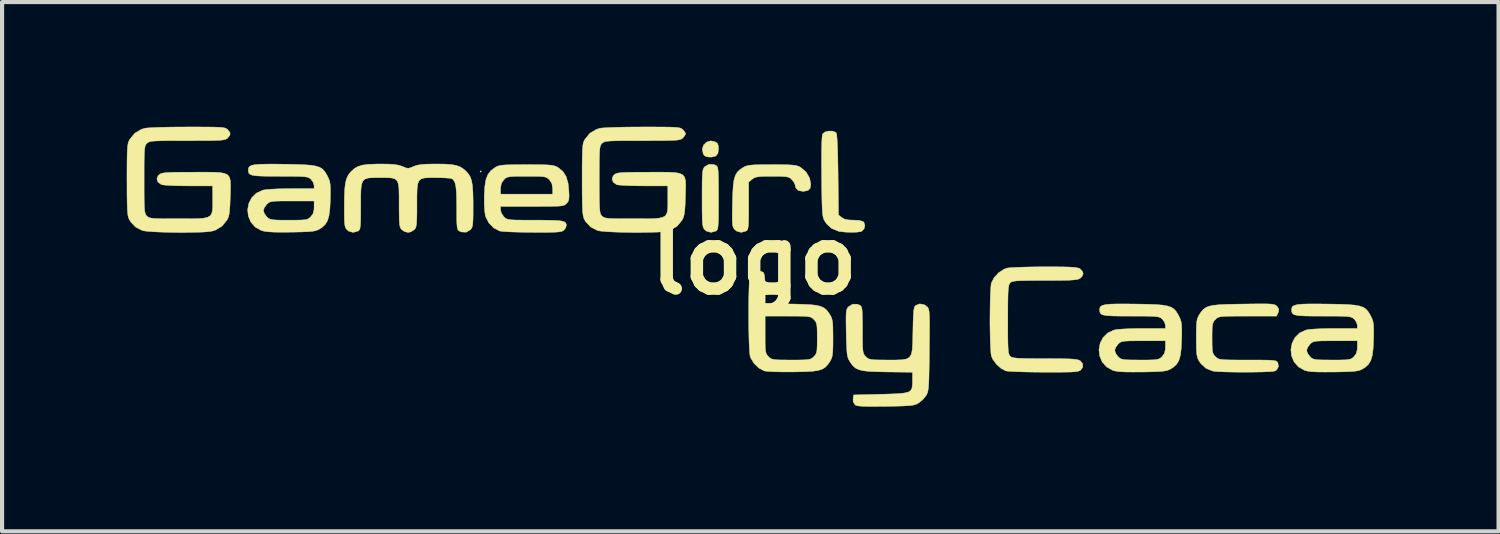
<source format=kicad_pcb>
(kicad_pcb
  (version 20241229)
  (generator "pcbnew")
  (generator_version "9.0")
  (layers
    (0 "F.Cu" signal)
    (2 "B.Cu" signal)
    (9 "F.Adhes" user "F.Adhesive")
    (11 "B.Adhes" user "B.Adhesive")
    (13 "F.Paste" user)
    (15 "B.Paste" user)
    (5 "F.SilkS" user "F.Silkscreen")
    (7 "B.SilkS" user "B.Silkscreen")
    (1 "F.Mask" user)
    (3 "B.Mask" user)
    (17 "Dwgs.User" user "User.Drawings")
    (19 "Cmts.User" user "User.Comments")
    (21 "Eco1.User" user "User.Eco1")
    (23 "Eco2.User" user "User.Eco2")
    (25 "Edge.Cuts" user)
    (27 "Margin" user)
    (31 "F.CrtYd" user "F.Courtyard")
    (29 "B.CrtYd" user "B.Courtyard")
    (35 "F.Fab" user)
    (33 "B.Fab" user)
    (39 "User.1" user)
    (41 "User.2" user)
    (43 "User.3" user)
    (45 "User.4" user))
  (footprint "logo"
    (layer "F.Cu")
    (at 15.097 3.204)
    (property "Reference" "logo" (at 0 0 0) (layer "F.SilkS") (effects (font (size 1.524 1.524) (thickness 0.3))))
    (attr through_hole)
    (fp_poly (pts (xy -6.564 -2.128) (xy -6.581 -2.111) (xy -6.597 -2.128) (xy -6.581 -2.144) (xy -6.564 -2.128)) (stroke (width 0.01) (type solid)) (fill yes) (layer "F.SilkS"))
    (fp_poly (pts (xy -0.941 -2.843) (xy -0.884 -2.804) (xy -0.861 -2.74) (xy -0.858 -2.679) (xy -0.872 -2.565) (xy -0.922 -2.5) (xy -1.019 -2.475) (xy -1.063 -2.474) (xy -1.153 -2.483) (xy -1.205 -2.518) (xy -1.227 -2.558) (xy -1.248 -2.669) (xy -1.216 -2.766) (xy -1.145 -2.835) (xy -1.047 -2.865) (xy -0.941 -2.843)) (stroke (width 0.01) (type solid)) (fill yes) (layer "F.SilkS"))
    (fp_poly (pts (xy -0.974 -2.297) (xy -0.921 -2.275) (xy -0.901 -2.261) (xy -0.885 -2.237) (xy -0.874 -2.195) (xy -0.866 -2.127) (xy -0.862 -2.025) (xy -0.859 -1.88) (xy -0.858 -1.685) (xy -0.858 -1.484) (xy -0.858 -1.242) (xy -0.859 -1.056) (xy -0.862 -0.921) (xy -0.868 -0.826) (xy -0.876 -0.764) (xy -0.888 -0.726) (xy -0.905 -0.705) (xy -0.921 -0.694) (xy -1.039 -0.662) (xy -1.146 -0.692) (xy -1.188 -0.726) (xy -1.21 -0.752) (xy -1.226 -0.785) (xy -1.238 -0.835) (xy -1.246 -0.911) (xy -1.25 -1.023) (xy -1.253 -1.178) (xy -1.253 -1.387) (xy -1.254 -1.484) (xy -1.253 -1.716) (xy -1.252 -1.891) (xy -1.248 -2.019) (xy -1.241 -2.107) (xy -1.231 -2.167) (xy -1.217 -2.206) (xy -1.197 -2.233) (xy -1.188 -2.243) (xy -1.088 -2.301) (xy -0.974 -2.297)) (stroke (width 0.01) (type solid)) (fill yes) (layer "F.SilkS"))
    (fp_poly (pts (xy 1.892 -3.098) (xy 1.965 -3.067) (xy 1.974 -3.058) (xy 1.986 -3.01) (xy 1.996 -2.898) (xy 2.005 -2.723) (xy 2.012 -2.488) (xy 2.017 -2.195) (xy 2.019 -2.049) (xy 2.029 -1.083) (xy 2.107 -1.02) (xy 2.179 -0.98) (xy 2.281 -0.961) (xy 2.391 -0.957) (xy 2.533 -0.949) (xy 2.617 -0.925) (xy 2.639 -0.908) (xy 2.665 -0.831) (xy 2.645 -0.749) (xy 2.588 -0.69) (xy 2.565 -0.681) (xy 2.471 -0.668) (xy 2.339 -0.664) (xy 2.197 -0.669) (xy 2.072 -0.682) (xy 2.029 -0.69) (xy 1.867 -0.755) (xy 1.744 -0.867) (xy 1.705 -0.924) (xy 1.684 -0.96) (xy 1.668 -0.998) (xy 1.655 -1.048) (xy 1.645 -1.116) (xy 1.638 -1.211) (xy 1.633 -1.34) (xy 1.629 -1.511) (xy 1.626 -1.734) (xy 1.623 -2.003) (xy 1.621 -2.334) (xy 1.622 -2.6) (xy 1.626 -2.802) (xy 1.633 -2.942) (xy 1.644 -3.02) (xy 1.649 -3.034) (xy 1.705 -3.079) (xy 1.796 -3.101) (xy 1.892 -3.098)) (stroke (width 0.01) (type solid)) (fill yes) (layer "F.SilkS"))
    (fp_poly (pts (xy 0.641 -2.292) (xy 0.798 -2.289) (xy 0.912 -2.283) (xy 0.993 -2.274) (xy 1.052 -2.258) (xy 1.1 -2.237) (xy 1.12 -2.225) (xy 1.248 -2.116) (xy 1.333 -1.972) (xy 1.362 -1.828) (xy 1.349 -1.727) (xy 1.295 -1.671) (xy 1.191 -1.65) (xy 1.169 -1.65) (xy 1.061 -1.671) (xy 1.001 -1.732) (xy 0.99 -1.789) (xy 0.967 -1.853) (xy 0.914 -1.926) (xy 0.909 -1.931) (xy 0.87 -1.966) (xy 0.829 -1.989) (xy 0.77 -2.002) (xy 0.681 -2.009) (xy 0.548 -2.012) (xy 0.435 -2.012) (xy 0.263 -2.011) (xy 0.144 -2.006) (xy 0.063 -1.995) (xy 0.007 -1.977) (xy -0.038 -1.949) (xy -0.045 -1.944) (xy -0.132 -1.875) (xy -0.132 -1.302) (xy -0.132 -1.094) (xy -0.135 -0.942) (xy -0.139 -0.837) (xy -0.148 -0.768) (xy -0.161 -0.728) (xy -0.179 -0.704) (xy -0.196 -0.694) (xy -0.314 -0.662) (xy -0.421 -0.693) (xy -0.465 -0.728) (xy -0.489 -0.757) (xy -0.507 -0.791) (xy -0.519 -0.842) (xy -0.525 -0.92) (xy -0.527 -1.035) (xy -0.525 -1.197) (xy -0.522 -1.363) (xy -0.515 -1.605) (xy -0.504 -1.79) (xy -0.484 -1.929) (xy -0.453 -2.032) (xy -0.408 -2.109) (xy -0.346 -2.17) (xy -0.264 -2.225) (xy -0.263 -2.225) (xy -0.215 -2.25) (xy -0.162 -2.268) (xy -0.092 -2.28) (xy 0.006 -2.287) (xy 0.144 -2.291) (xy 0.331 -2.292) (xy 0.429 -2.293) (xy 0.641 -2.292)) (stroke (width 0.01) (type solid)) (fill yes) (layer "F.SilkS"))
    (fp_poly (pts (xy 12.327 1.058) (xy 12.424 1.062) (xy 12.49 1.07) (xy 12.532 1.081) (xy 12.56 1.098) (xy 12.583 1.119) (xy 12.583 1.12) (xy 12.624 1.183) (xy 12.617 1.248) (xy 12.607 1.27) (xy 12.569 1.352) (xy 11.875 1.352) (xy 11.644 1.353) (xy 11.47 1.354) (xy 11.343 1.357) (xy 11.254 1.363) (xy 11.195 1.373) (xy 11.155 1.388) (xy 11.125 1.408) (xy 11.099 1.433) (xy 11.063 1.473) (xy 11.04 1.517) (xy 11.026 1.578) (xy 11.02 1.672) (xy 11.018 1.812) (xy 11.018 1.88) (xy 11.019 2.042) (xy 11.023 2.151) (xy 11.034 2.223) (xy 11.053 2.272) (xy 11.083 2.312) (xy 11.099 2.327) (xy 11.127 2.354) (xy 11.157 2.374) (xy 11.198 2.389) (xy 11.259 2.398) (xy 11.35 2.404) (xy 11.48 2.407) (xy 11.657 2.408) (xy 11.873 2.408) (xy 12.104 2.408) (xy 12.278 2.41) (xy 12.404 2.413) (xy 12.489 2.42) (xy 12.544 2.429) (xy 12.576 2.443) (xy 12.594 2.462) (xy 12.6 2.472) (xy 12.617 2.564) (xy 12.575 2.643) (xy 12.533 2.673) (xy 12.483 2.682) (xy 12.378 2.69) (xy 12.232 2.696) (xy 12.057 2.699) (xy 11.864 2.701) (xy 11.666 2.701) (xy 11.474 2.698) (xy 11.302 2.694) (xy 11.161 2.688) (xy 11.063 2.679) (xy 11.034 2.674) (xy 10.873 2.609) (xy 10.75 2.497) (xy 10.711 2.441) (xy 10.681 2.388) (xy 10.661 2.33) (xy 10.648 2.255) (xy 10.641 2.15) (xy 10.639 1.999) (xy 10.638 1.88) (xy 10.639 1.696) (xy 10.643 1.565) (xy 10.652 1.472) (xy 10.668 1.406) (xy 10.692 1.351) (xy 10.71 1.319) (xy 10.759 1.246) (xy 10.809 1.189) (xy 10.869 1.146) (xy 10.947 1.114) (xy 11.052 1.092) (xy 11.193 1.078) (xy 11.379 1.069) (xy 11.617 1.064) (xy 11.761 1.062) (xy 12.004 1.059) (xy 12.19 1.057) (xy 12.327 1.058)) (stroke (width 0.01) (type solid)) (fill yes) (layer "F.SilkS"))
    (fp_poly (pts (xy 7.248 0.166) (xy 7.445 0.168) (xy 7.592 0.172) (xy 7.697 0.179) (xy 7.77 0.189) (xy 7.817 0.202) (xy 7.844 0.216) (xy 7.899 0.276) (xy 7.917 0.33) (xy 7.892 0.394) (xy 7.844 0.443) (xy 7.81 0.46) (xy 7.759 0.473) (xy 7.681 0.482) (xy 7.568 0.489) (xy 7.413 0.492) (xy 7.206 0.494) (xy 6.991 0.495) (xy 6.743 0.495) (xy 6.552 0.497) (xy 6.411 0.5) (xy 6.31 0.505) (xy 6.242 0.514) (xy 6.198 0.526) (xy 6.171 0.542) (xy 6.157 0.555) (xy 6.14 0.581) (xy 6.127 0.621) (xy 6.117 0.683) (xy 6.11 0.776) (xy 6.106 0.907) (xy 6.104 1.085) (xy 6.103 1.316) (xy 6.103 1.441) (xy 6.103 1.697) (xy 6.104 1.895) (xy 6.107 2.044) (xy 6.112 2.151) (xy 6.12 2.224) (xy 6.131 2.271) (xy 6.146 2.302) (xy 6.163 2.32) (xy 6.189 2.338) (xy 6.231 2.352) (xy 6.295 2.361) (xy 6.391 2.368) (xy 6.526 2.372) (xy 6.71 2.374) (xy 6.949 2.375) (xy 6.997 2.375) (xy 7.251 2.376) (xy 7.447 2.378) (xy 7.593 2.382) (xy 7.699 2.389) (xy 7.771 2.399) (xy 7.818 2.413) (xy 7.844 2.426) (xy 7.906 2.501) (xy 7.906 2.583) (xy 7.857 2.65) (xy 7.831 2.667) (xy 7.791 2.681) (xy 7.73 2.69) (xy 7.638 2.697) (xy 7.508 2.7) (xy 7.332 2.702) (xy 7.102 2.702) (xy 6.974 2.702) (xy 6.743 2.7) (xy 6.528 2.696) (xy 6.342 2.691) (xy 6.193 2.684) (xy 6.093 2.676) (xy 6.056 2.671) (xy 5.94 2.61) (xy 5.827 2.508) (xy 5.74 2.388) (xy 5.707 2.311) (xy 5.697 2.244) (xy 5.689 2.123) (xy 5.682 1.958) (xy 5.677 1.761) (xy 5.674 1.543) (xy 5.674 1.435) (xy 5.676 1.211) (xy 5.679 1.002) (xy 5.685 0.82) (xy 5.693 0.677) (xy 5.702 0.583) (xy 5.707 0.559) (xy 5.772 0.429) (xy 5.881 0.31) (xy 6.013 0.223) (xy 6.09 0.196) (xy 6.16 0.188) (xy 6.284 0.18) (xy 6.451 0.174) (xy 6.651 0.169) (xy 6.872 0.166) (xy 6.994 0.166) (xy 7.248 0.166)) (stroke (width 0.01) (type solid)) (fill yes) (layer "F.SilkS"))
    (fp_poly (pts (xy 0.144 0.268) (xy 0.218 0.298) (xy 0.224 0.303) (xy 0.245 0.36) (xy 0.258 0.48) (xy 0.264 0.659) (xy 0.264 0.697) (xy 0.264 1.051) (xy 0.899 1.061) (xy 1.148 1.067) (xy 1.34 1.076) (xy 1.486 1.091) (xy 1.594 1.116) (xy 1.675 1.152) (xy 1.738 1.202) (xy 1.791 1.268) (xy 1.825 1.319) (xy 1.854 1.373) (xy 1.874 1.431) (xy 1.887 1.506) (xy 1.894 1.613) (xy 1.896 1.764) (xy 1.897 1.88) (xy 1.896 2.064) (xy 1.892 2.196) (xy 1.883 2.288) (xy 1.867 2.355) (xy 1.843 2.409) (xy 1.825 2.441) (xy 1.769 2.522) (xy 1.711 2.583) (xy 1.639 2.628) (xy 1.545 2.658) (xy 1.417 2.678) (xy 1.246 2.689) (xy 1.023 2.694) (xy 0.94 2.695) (xy 0.741 2.696) (xy 0.558 2.693) (xy 0.404 2.687) (xy 0.293 2.679) (xy 0.241 2.67) (xy 0.112 2.602) (xy -0.004 2.49) (xy -0.084 2.357) (xy -0.098 2.316) (xy -0.108 2.246) (xy -0.116 2.124) (xy -0.123 1.96) (xy -0.128 1.765) (xy -0.131 1.549) (xy -0.132 1.352) (xy 0.264 1.352) (xy 0.264 1.799) (xy 0.264 1.98) (xy 0.267 2.106) (xy 0.275 2.191) (xy 0.288 2.248) (xy 0.309 2.287) (xy 0.341 2.323) (xy 0.345 2.327) (xy 0.38 2.359) (xy 0.417 2.381) (xy 0.47 2.396) (xy 0.549 2.404) (xy 0.667 2.407) (xy 0.836 2.408) (xy 0.891 2.408) (xy 1.075 2.408) (xy 1.205 2.405) (xy 1.294 2.398) (xy 1.352 2.386) (xy 1.392 2.366) (xy 1.427 2.337) (xy 1.436 2.327) (xy 1.472 2.287) (xy 1.495 2.244) (xy 1.509 2.182) (xy 1.515 2.089) (xy 1.517 1.949) (xy 1.517 1.88) (xy 1.516 1.719) (xy 1.512 1.609) (xy 1.501 1.537) (xy 1.482 1.488) (xy 1.452 1.449) (xy 1.436 1.433) (xy 1.404 1.404) (xy 1.37 1.382) (xy 1.323 1.368) (xy 1.251 1.359) (xy 1.145 1.354) (xy 0.994 1.353) (xy 0.81 1.352) (xy 0.264 1.352) (xy -0.132 1.352) (xy -0.132 1.323) (xy -0.131 1.097) (xy -0.129 0.881) (xy -0.124 0.687) (xy -0.118 0.524) (xy -0.11 0.404) (xy -0.101 0.336) (xy -0.098 0.328) (xy -0.042 0.285) (xy 0.048 0.264) (xy 0.144 0.268)) (stroke (width 0.01) (type solid)) (fill yes) (layer "F.SilkS"))
    (fp_poly (pts (xy -5.251 -2.292) (xy -5.082 -2.29) (xy -4.959 -2.285) (xy -4.871 -2.277) (xy -4.808 -2.264) (xy -4.76 -2.247) (xy -4.723 -2.227) (xy -4.604 -2.131) (xy -4.524 -2.006) (xy -4.477 -1.84) (xy -4.46 -1.681) (xy -4.454 -1.548) (xy -4.458 -1.463) (xy -4.475 -1.408) (xy -4.507 -1.365) (xy -4.515 -1.356) (xy -4.54 -1.334) (xy -4.571 -1.317) (xy -4.615 -1.305) (xy -4.683 -1.296) (xy -4.782 -1.291) (xy -4.921 -1.288) (xy -5.109 -1.287) (xy -5.344 -1.286) (xy -6.103 -1.286) (xy -6.103 -1.203) (xy -6.08 -1.121) (xy -6.025 -1.041) (xy -6.022 -1.038) (xy -5.993 -1.01) (xy -5.962 -0.99) (xy -5.92 -0.976) (xy -5.858 -0.966) (xy -5.765 -0.96) (xy -5.633 -0.958) (xy -5.451 -0.957) (xy -5.27 -0.957) (xy -5.028 -0.956) (xy -4.844 -0.952) (xy -4.71 -0.945) (xy -4.619 -0.933) (xy -4.562 -0.913) (xy -4.532 -0.886) (xy -4.52 -0.849) (xy -4.519 -0.823) (xy -4.542 -0.76) (xy -4.58 -0.714) (xy -4.607 -0.696) (xy -4.65 -0.682) (xy -4.717 -0.672) (xy -4.817 -0.666) (xy -4.959 -0.663) (xy -5.151 -0.662) (xy -5.33 -0.663) (xy -5.544 -0.665) (xy -5.74 -0.67) (xy -5.909 -0.676) (xy -6.038 -0.685) (xy -6.115 -0.694) (xy -6.124 -0.696) (xy -6.266 -0.769) (xy -6.384 -0.889) (xy -6.46 -1.038) (xy -6.466 -1.057) (xy -6.483 -1.165) (xy -6.493 -1.32) (xy -6.495 -1.505) (xy -6.493 -1.566) (xy -6.484 -1.717) (xy -6.103 -1.717) (xy -6.103 -1.583) (xy -4.849 -1.583) (xy -4.849 -1.717) (xy -4.867 -1.836) (xy -4.927 -1.928) (xy -4.93 -1.931) (xy -4.965 -1.963) (xy -5.003 -1.985) (xy -5.055 -2) (xy -5.134 -2.008) (xy -5.252 -2.011) (xy -5.421 -2.012) (xy -5.476 -2.012) (xy -5.66 -2.012) (xy -5.79 -2.009) (xy -5.879 -2.002) (xy -5.937 -1.99) (xy -5.978 -1.97) (xy -6.012 -1.941) (xy -6.022 -1.931) (xy -6.084 -1.84) (xy -6.103 -1.722) (xy -6.103 -1.717) (xy -6.484 -1.717) (xy -6.48 -1.778) (xy -6.453 -1.938) (xy -6.406 -2.056) (xy -6.336 -2.147) (xy -6.237 -2.222) (xy -6.229 -2.227) (xy -6.185 -2.25) (xy -6.136 -2.267) (xy -6.07 -2.278) (xy -5.977 -2.286) (xy -5.848 -2.29) (xy -5.671 -2.292) (xy -5.476 -2.293) (xy -5.251 -2.292)) (stroke (width 0.01) (type solid)) (fill yes) (layer "F.SilkS"))
    (fp_poly (pts (xy -11.304 -2.303) (xy -11.036 -2.298) (xy -10.825 -2.29) (xy -10.663 -2.278) (xy -10.542 -2.257) (xy -10.452 -2.227) (xy -10.385 -2.184) (xy -10.332 -2.126) (xy -10.286 -2.051) (xy -10.265 -2.011) (xy -10.233 -1.944) (xy -10.212 -1.878) (xy -10.2 -1.8) (xy -10.196 -1.693) (xy -10.197 -1.544) (xy -10.199 -1.451) (xy -10.209 -1.233) (xy -10.23 -1.069) (xy -10.265 -0.947) (xy -10.319 -0.856) (xy -10.396 -0.784) (xy -10.458 -0.743) (xy -10.507 -0.719) (xy -10.562 -0.7) (xy -10.637 -0.688) (xy -10.741 -0.679) (xy -10.886 -0.673) (xy -11.082 -0.669) (xy -11.15 -0.668) (xy -11.384 -0.666) (xy -11.563 -0.669) (xy -11.695 -0.677) (xy -11.791 -0.69) (xy -11.859 -0.708) (xy -12.008 -0.792) (xy -12.112 -0.912) (xy -12.172 -1.055) (xy -12.186 -1.188) (xy -11.809 -1.188) (xy -11.787 -1.118) (xy -11.733 -1.042) (xy -11.728 -1.038) (xy -11.693 -1.005) (xy -11.654 -0.983) (xy -11.601 -0.969) (xy -11.52 -0.961) (xy -11.399 -0.957) (xy -11.225 -0.957) (xy -11.199 -0.957) (xy -11.018 -0.957) (xy -10.892 -0.96) (xy -10.806 -0.967) (xy -10.75 -0.98) (xy -10.71 -1.002) (xy -10.675 -1.033) (xy -10.67 -1.038) (xy -10.613 -1.115) (xy -10.591 -1.213) (xy -10.589 -1.268) (xy -10.589 -1.418) (xy -11.118 -1.418) (xy -11.316 -1.418) (xy -11.459 -1.416) (xy -11.559 -1.411) (xy -11.625 -1.401) (xy -11.669 -1.385) (xy -11.703 -1.362) (xy -11.728 -1.337) (xy -11.784 -1.263) (xy -11.809 -1.191) (xy -11.809 -1.188) (xy -12.186 -1.188) (xy -12.188 -1.208) (xy -12.16 -1.359) (xy -12.09 -1.497) (xy -11.977 -1.607) (xy -11.823 -1.679) (xy -11.747 -1.691) (xy -11.618 -1.702) (xy -11.453 -1.71) (xy -11.265 -1.714) (xy -11.141 -1.715) (xy -10.589 -1.715) (xy -10.589 -1.792) (xy -10.612 -1.869) (xy -10.665 -1.94) (xy -10.694 -1.965) (xy -10.727 -1.983) (xy -10.775 -1.995) (xy -10.846 -2.004) (xy -10.951 -2.009) (xy -11.098 -2.011) (xy -11.296 -2.012) (xy -11.417 -2.012) (xy -11.659 -2.013) (xy -11.843 -2.016) (xy -11.977 -2.023) (xy -12.069 -2.036) (xy -12.126 -2.056) (xy -12.158 -2.085) (xy -12.17 -2.124) (xy -12.172 -2.166) (xy -12.167 -2.211) (xy -12.145 -2.246) (xy -12.101 -2.272) (xy -12.027 -2.29) (xy -11.915 -2.3) (xy -11.758 -2.305) (xy -11.549 -2.306) (xy -11.304 -2.303)) (stroke (width 0.01) (type solid)) (fill yes) (layer "F.SilkS"))
    (fp_poly (pts (xy 9.181 1.062) (xy 9.449 1.066) (xy 9.66 1.074) (xy 9.822 1.087) (xy 9.943 1.108) (xy 10.033 1.138) (xy 10.1 1.181) (xy 10.153 1.239) (xy 10.199 1.314) (xy 10.22 1.353) (xy 10.252 1.421) (xy 10.273 1.486) (xy 10.285 1.565) (xy 10.289 1.671) (xy 10.288 1.821) (xy 10.286 1.913) (xy 10.276 2.132) (xy 10.255 2.296) (xy 10.22 2.418) (xy 10.166 2.509) (xy 10.089 2.581) (xy 10.027 2.621) (xy 9.978 2.646) (xy 9.923 2.664) (xy 9.848 2.677) (xy 9.744 2.686) (xy 9.599 2.692) (xy 9.403 2.696) (xy 9.335 2.697) (xy 9.101 2.698) (xy 8.922 2.696) (xy 8.79 2.688) (xy 8.694 2.675) (xy 8.626 2.657) (xy 8.477 2.572) (xy 8.373 2.453) (xy 8.313 2.31) (xy 8.299 2.177) (xy 8.676 2.177) (xy 8.698 2.247) (xy 8.752 2.323) (xy 8.757 2.327) (xy 8.792 2.36) (xy 8.831 2.382) (xy 8.884 2.396) (xy 8.965 2.404) (xy 9.086 2.407) (xy 9.26 2.408) (xy 9.286 2.408) (xy 9.466 2.408) (xy 9.593 2.405) (xy 9.679 2.397) (xy 9.735 2.384) (xy 9.775 2.363) (xy 9.81 2.332) (xy 9.815 2.327) (xy 9.872 2.25) (xy 9.894 2.151) (xy 9.896 2.096) (xy 9.896 1.946) (xy 9.367 1.946) (xy 9.169 1.947) (xy 9.025 1.949) (xy 8.926 1.954) (xy 8.86 1.964) (xy 8.816 1.979) (xy 8.782 2.003) (xy 8.757 2.027) (xy 8.701 2.102) (xy 8.676 2.173) (xy 8.676 2.177) (xy 8.299 2.177) (xy 8.297 2.157) (xy 8.325 2.005) (xy 8.395 1.868) (xy 8.508 1.757) (xy 8.662 1.686) (xy 8.738 1.673) (xy 8.867 1.663) (xy 9.032 1.655) (xy 9.22 1.65) (xy 9.344 1.65) (xy 9.896 1.649) (xy 9.896 1.573) (xy 9.873 1.496) (xy 9.82 1.424) (xy 9.791 1.4) (xy 9.758 1.382) (xy 9.71 1.369) (xy 9.639 1.361) (xy 9.534 1.356) (xy 9.387 1.353) (xy 9.189 1.353) (xy 9.068 1.352) (xy 8.826 1.352) (xy 8.642 1.349) (xy 8.508 1.342) (xy 8.416 1.329) (xy 8.358 1.309) (xy 8.327 1.28) (xy 8.315 1.24) (xy 8.313 1.199) (xy 8.318 1.153) (xy 8.339 1.118) (xy 8.384 1.093) (xy 8.458 1.075) (xy 8.57 1.064) (xy 8.727 1.059) (xy 8.936 1.059) (xy 9.181 1.062)) (stroke (width 0.01) (type solid)) (fill yes) (layer "F.SilkS"))
    (fp_poly (pts (xy 13.799 1.062) (xy 14.067 1.066) (xy 14.278 1.074) (xy 14.44 1.087) (xy 14.562 1.108) (xy 14.652 1.138) (xy 14.718 1.181) (xy 14.771 1.239) (xy 14.817 1.314) (xy 14.838 1.353) (xy 14.87 1.421) (xy 14.891 1.486) (xy 14.903 1.565) (xy 14.907 1.671) (xy 14.906 1.821) (xy 14.904 1.913) (xy 14.894 2.132) (xy 14.873 2.296) (xy 14.838 2.418) (xy 14.784 2.509) (xy 14.707 2.581) (xy 14.645 2.621) (xy 14.597 2.646) (xy 14.541 2.664) (xy 14.466 2.677) (xy 14.362 2.686) (xy 14.217 2.692) (xy 14.021 2.696) (xy 13.954 2.697) (xy 13.719 2.698) (xy 13.541 2.696) (xy 13.408 2.688) (xy 13.312 2.675) (xy 13.244 2.657) (xy 13.095 2.572) (xy 12.991 2.453) (xy 12.931 2.31) (xy 12.917 2.177) (xy 13.294 2.177) (xy 13.316 2.247) (xy 13.371 2.323) (xy 13.375 2.327) (xy 13.41 2.36) (xy 13.449 2.382) (xy 13.502 2.396) (xy 13.584 2.404) (xy 13.705 2.407) (xy 13.878 2.408) (xy 13.904 2.408) (xy 14.085 2.408) (xy 14.212 2.405) (xy 14.297 2.397) (xy 14.354 2.384) (xy 14.393 2.363) (xy 14.429 2.332) (xy 14.433 2.327) (xy 14.49 2.25) (xy 14.512 2.151) (xy 14.514 2.096) (xy 14.514 1.946) (xy 13.985 1.946) (xy 13.787 1.947) (xy 13.644 1.949) (xy 13.544 1.954) (xy 13.478 1.964) (xy 13.434 1.979) (xy 13.4 2.003) (xy 13.375 2.027) (xy 13.319 2.102) (xy 13.294 2.173) (xy 13.294 2.177) (xy 12.917 2.177) (xy 12.915 2.157) (xy 12.943 2.005) (xy 13.013 1.868) (xy 13.126 1.757) (xy 13.28 1.686) (xy 13.357 1.673) (xy 13.485 1.663) (xy 13.65 1.655) (xy 13.838 1.65) (xy 13.962 1.65) (xy 14.514 1.649) (xy 14.514 1.573) (xy 14.491 1.496) (xy 14.438 1.424) (xy 14.409 1.4) (xy 14.376 1.382) (xy 14.328 1.369) (xy 14.257 1.361) (xy 14.152 1.356) (xy 14.006 1.353) (xy 13.807 1.353) (xy 13.686 1.352) (xy 13.444 1.352) (xy 13.26 1.349) (xy 13.126 1.342) (xy 13.034 1.329) (xy 12.977 1.309) (xy 12.946 1.28) (xy 12.933 1.24) (xy 12.931 1.199) (xy 12.936 1.153) (xy 12.958 1.118) (xy 13.002 1.093) (xy 13.076 1.075) (xy 13.188 1.064) (xy 13.345 1.059) (xy 13.554 1.059) (xy 13.799 1.062)) (stroke (width 0.01) (type solid)) (fill yes) (layer "F.SilkS"))
    (fp_poly (pts (xy 4.09 1.076) (xy 4.158 1.123) (xy 4.178 1.145) (xy 4.193 1.171) (xy 4.204 1.21) (xy 4.212 1.269) (xy 4.217 1.355) (xy 4.22 1.477) (xy 4.22 1.64) (xy 4.219 1.854) (xy 4.216 2.124) (xy 4.216 2.171) (xy 4.213 2.453) (xy 4.209 2.676) (xy 4.205 2.85) (xy 4.2 2.981) (xy 4.192 3.077) (xy 4.183 3.146) (xy 4.17 3.196) (xy 4.154 3.235) (xy 4.14 3.26) (xy 4.066 3.352) (xy 3.971 3.433) (xy 3.958 3.441) (xy 3.915 3.466) (xy 3.868 3.484) (xy 3.806 3.498) (xy 3.72 3.507) (xy 3.6 3.514) (xy 3.437 3.519) (xy 3.219 3.523) (xy 3.167 3.524) (xy 2.925 3.526) (xy 2.742 3.526) (xy 2.608 3.522) (xy 2.517 3.515) (xy 2.459 3.503) (xy 2.43 3.489) (xy 2.383 3.416) (xy 2.38 3.347) (xy 2.392 3.249) (xy 3.042 3.233) (xy 3.286 3.226) (xy 3.472 3.218) (xy 3.607 3.204) (xy 3.701 3.183) (xy 3.76 3.149) (xy 3.792 3.1) (xy 3.806 3.032) (xy 3.81 2.942) (xy 3.81 2.901) (xy 3.81 2.703) (xy 3.2 2.696) (xy 2.955 2.691) (xy 2.766 2.683) (xy 2.624 2.667) (xy 2.519 2.641) (xy 2.44 2.604) (xy 2.378 2.55) (xy 2.323 2.479) (xy 2.299 2.441) (xy 2.272 2.393) (xy 2.252 2.34) (xy 2.238 2.27) (xy 2.229 2.172) (xy 2.222 2.036) (xy 2.217 1.849) (xy 2.215 1.76) (xy 2.211 1.553) (xy 2.21 1.402) (xy 2.213 1.297) (xy 2.22 1.226) (xy 2.233 1.18) (xy 2.252 1.147) (xy 2.273 1.125) (xy 2.374 1.064) (xy 2.488 1.067) (xy 2.542 1.09) (xy 2.566 1.107) (xy 2.582 1.135) (xy 2.594 1.184) (xy 2.601 1.264) (xy 2.604 1.384) (xy 2.606 1.555) (xy 2.606 1.685) (xy 2.606 1.89) (xy 2.608 2.039) (xy 2.613 2.144) (xy 2.622 2.214) (xy 2.636 2.261) (xy 2.657 2.295) (xy 2.686 2.327) (xy 2.687 2.327) (xy 2.723 2.36) (xy 2.761 2.382) (xy 2.816 2.396) (xy 2.897 2.404) (xy 3.019 2.407) (xy 3.194 2.408) (xy 3.211 2.408) (xy 3.409 2.408) (xy 3.557 2.403) (xy 3.664 2.384) (xy 3.736 2.344) (xy 3.78 2.274) (xy 3.804 2.165) (xy 3.814 2.01) (xy 3.818 1.801) (xy 3.82 1.71) (xy 3.824 1.498) (xy 3.83 1.342) (xy 3.838 1.233) (xy 3.849 1.162) (xy 3.864 1.12) (xy 3.884 1.097) (xy 3.984 1.058) (xy 4.09 1.076)) (stroke (width 0.01) (type solid)) (fill yes) (layer "F.SilkS"))
    (fp_poly (pts (xy -7.452 -2.306) (xy -7.287 -2.294) (xy -7.163 -2.272) (xy -7.067 -2.235) (xy -6.986 -2.181) (xy -6.937 -2.138) (xy -6.877 -2.071) (xy -6.831 -1.997) (xy -6.8 -1.907) (xy -6.779 -1.788) (xy -6.768 -1.63) (xy -6.763 -1.422) (xy -6.763 -1.295) (xy -6.763 -1.1) (xy -6.766 -0.96) (xy -6.772 -0.865) (xy -6.783 -0.801) (xy -6.801 -0.76) (xy -6.825 -0.729) (xy -6.828 -0.726) (xy -6.928 -0.667) (xy -7.042 -0.672) (xy -7.094 -0.694) (xy -7.118 -0.711) (xy -7.135 -0.74) (xy -7.147 -0.791) (xy -7.154 -0.874) (xy -7.157 -0.998) (xy -7.158 -1.175) (xy -7.158 -1.257) (xy -7.16 -1.484) (xy -7.167 -1.654) (xy -7.18 -1.777) (xy -7.201 -1.862) (xy -7.232 -1.918) (xy -7.27 -1.954) (xy -7.317 -1.964) (xy -7.414 -1.972) (xy -7.545 -1.977) (xy -7.656 -1.979) (xy -7.812 -1.979) (xy -7.929 -1.972) (xy -8.01 -1.951) (xy -8.064 -1.907) (xy -8.095 -1.831) (xy -8.11 -1.715) (xy -8.115 -1.549) (xy -8.115 -1.327) (xy -8.115 -1.325) (xy -8.115 -1.124) (xy -8.118 -0.979) (xy -8.124 -0.878) (xy -8.134 -0.81) (xy -8.15 -0.766) (xy -8.172 -0.735) (xy -8.181 -0.726) (xy -8.259 -0.676) (xy -8.329 -0.66) (xy -8.415 -0.683) (xy -8.478 -0.726) (xy -8.502 -0.755) (xy -8.52 -0.794) (xy -8.532 -0.852) (xy -8.539 -0.94) (xy -8.542 -1.069) (xy -8.544 -1.249) (xy -8.544 -1.331) (xy -8.544 -1.553) (xy -8.548 -1.717) (xy -8.563 -1.833) (xy -8.595 -1.908) (xy -8.649 -1.952) (xy -8.731 -1.973) (xy -8.849 -1.979) (xy -9 -1.979) (xy -9.155 -1.979) (xy -9.272 -1.972) (xy -9.355 -1.95) (xy -9.411 -1.905) (xy -9.444 -1.828) (xy -9.461 -1.712) (xy -9.467 -1.547) (xy -9.467 -1.326) (xy -9.467 -1.288) (xy -9.468 -1.082) (xy -9.47 -0.933) (xy -9.475 -0.831) (xy -9.484 -0.764) (xy -9.497 -0.725) (xy -9.517 -0.703) (xy -9.531 -0.694) (xy -9.649 -0.662) (xy -9.756 -0.692) (xy -9.797 -0.726) (xy -9.823 -0.757) (xy -9.841 -0.797) (xy -9.853 -0.859) (xy -9.859 -0.952) (xy -9.862 -1.09) (xy -9.862 -1.278) (xy -9.86 -1.518) (xy -9.852 -1.702) (xy -9.836 -1.842) (xy -9.81 -1.948) (xy -9.773 -2.031) (xy -9.722 -2.102) (xy -9.694 -2.132) (xy -9.616 -2.201) (xy -9.53 -2.25) (xy -9.422 -2.282) (xy -9.28 -2.3) (xy -9.091 -2.307) (xy -8.972 -2.308) (xy -8.784 -2.305) (xy -8.647 -2.295) (xy -8.545 -2.277) (xy -8.464 -2.249) (xy -8.461 -2.248) (xy -8.375 -2.212) (xy -8.313 -2.206) (xy -8.242 -2.228) (xy -8.197 -2.248) (xy -8.12 -2.276) (xy -8.024 -2.294) (xy -7.894 -2.304) (xy -7.718 -2.308) (xy -7.669 -2.308) (xy -7.452 -2.306)) (stroke (width 0.01) (type solid)) (fill yes) (layer "F.SilkS"))
    (fp_poly (pts (xy -13.155 -3.198) (xy -12.996 -3.196) (xy -12.879 -3.192) (xy -12.797 -3.185) (xy -12.742 -3.176) (xy -12.705 -3.163) (xy -12.68 -3.146) (xy -12.667 -3.134) (xy -12.612 -3.063) (xy -12.613 -3.004) (xy -12.667 -2.936) (xy -12.69 -2.916) (xy -12.719 -2.901) (xy -12.762 -2.89) (xy -12.828 -2.881) (xy -12.923 -2.876) (xy -13.056 -2.872) (xy -13.235 -2.871) (xy -13.468 -2.87) (xy -13.64 -2.87) (xy -13.909 -2.87) (xy -14.12 -2.869) (xy -14.28 -2.866) (xy -14.398 -2.862) (xy -14.481 -2.856) (xy -14.537 -2.846) (xy -14.574 -2.833) (xy -14.6 -2.816) (xy -14.613 -2.804) (xy -14.634 -2.78) (xy -14.65 -2.749) (xy -14.661 -2.703) (xy -14.669 -2.633) (xy -14.675 -2.531) (xy -14.678 -2.389) (xy -14.679 -2.198) (xy -14.679 -1.95) (xy -14.679 -1.93) (xy -14.679 -1.677) (xy -14.678 -1.483) (xy -14.675 -1.337) (xy -14.67 -1.233) (xy -14.662 -1.161) (xy -14.651 -1.113) (xy -14.635 -1.081) (xy -14.615 -1.057) (xy -14.613 -1.056) (xy -14.587 -1.034) (xy -14.554 -1.017) (xy -14.504 -1.005) (xy -14.428 -0.997) (xy -14.316 -0.993) (xy -14.161 -0.99) (xy -13.952 -0.99) (xy -13.855 -0.99) (xy -13.6 -0.99) (xy -13.405 -0.992) (xy -13.259 -1.002) (xy -13.158 -1.023) (xy -13.091 -1.059) (xy -13.053 -1.115) (xy -13.035 -1.195) (xy -13.03 -1.303) (xy -13.03 -1.443) (xy -13.03 -1.451) (xy -13.03 -1.781) (xy -13.605 -1.781) (xy -13.799 -1.783) (xy -13.975 -1.788) (xy -14.12 -1.795) (xy -14.221 -1.804) (xy -14.262 -1.812) (xy -14.343 -1.869) (xy -14.372 -1.945) (xy -14.345 -2.023) (xy -14.317 -2.051) (xy -14.288 -2.071) (xy -14.248 -2.085) (xy -14.189 -2.096) (xy -14.102 -2.103) (xy -13.978 -2.108) (xy -13.809 -2.11) (xy -13.586 -2.111) (xy -13.488 -2.111) (xy -13.221 -2.112) (xy -13.013 -2.11) (xy -12.856 -2.102) (xy -12.744 -2.082) (xy -12.669 -2.046) (xy -12.625 -1.989) (xy -12.604 -1.906) (xy -12.599 -1.792) (xy -12.602 -1.643) (xy -12.606 -1.522) (xy -12.613 -1.33) (xy -12.622 -1.191) (xy -12.635 -1.093) (xy -12.655 -1.021) (xy -12.682 -0.963) (xy -12.684 -0.96) (xy -12.805 -0.812) (xy -12.963 -0.717) (xy -13.049 -0.691) (xy -13.14 -0.679) (xy -13.281 -0.669) (xy -13.459 -0.664) (xy -13.662 -0.661) (xy -13.877 -0.661) (xy -14.093 -0.664) (xy -14.296 -0.67) (xy -14.474 -0.678) (xy -14.616 -0.69) (xy -14.707 -0.703) (xy -14.723 -0.708) (xy -14.883 -0.79) (xy -15 -0.912) (xy -15.037 -0.973) (xy -15.054 -1.012) (xy -15.067 -1.065) (xy -15.077 -1.14) (xy -15.084 -1.245) (xy -15.088 -1.388) (xy -15.091 -1.579) (xy -15.091 -1.824) (xy -15.092 -1.93) (xy -15.091 -2.192) (xy -15.09 -2.396) (xy -15.087 -2.552) (xy -15.082 -2.667) (xy -15.074 -2.751) (xy -15.063 -2.81) (xy -15.048 -2.855) (xy -15.029 -2.893) (xy -15.026 -2.899) (xy -14.904 -3.048) (xy -14.746 -3.142) (xy -14.66 -3.168) (xy -14.593 -3.176) (xy -14.47 -3.183) (xy -14.302 -3.19) (xy -14.098 -3.195) (xy -13.868 -3.198) (xy -13.632 -3.199) (xy -13.364 -3.199) (xy -13.155 -3.198)) (stroke (width 0.01) (type solid)) (fill yes) (layer "F.SilkS"))
    (fp_poly (pts (xy -2.203 -3.198) (xy -2.044 -3.196) (xy -1.927 -3.192) (xy -1.845 -3.185) (xy -1.79 -3.176) (xy -1.753 -3.163) (xy -1.728 -3.146) (xy -1.715 -3.134) (xy -1.667 -3.075) (xy -1.649 -3.035) (xy -1.671 -2.989) (xy -1.715 -2.936) (xy -1.738 -2.916) (xy -1.767 -2.901) (xy -1.81 -2.89) (xy -1.876 -2.881) (xy -1.971 -2.876) (xy -2.105 -2.872) (xy -2.284 -2.871) (xy -2.516 -2.87) (xy -2.688 -2.87) (xy -2.957 -2.87) (xy -3.168 -2.869) (xy -3.328 -2.866) (xy -3.446 -2.862) (xy -3.529 -2.856) (xy -3.585 -2.846) (xy -3.622 -2.833) (xy -3.648 -2.816) (xy -3.662 -2.804) (xy -3.682 -2.78) (xy -3.698 -2.749) (xy -3.71 -2.703) (xy -3.718 -2.633) (xy -3.723 -2.531) (xy -3.726 -2.389) (xy -3.727 -2.198) (xy -3.728 -1.95) (xy -3.728 -1.93) (xy -3.727 -1.677) (xy -3.726 -1.483) (xy -3.723 -1.337) (xy -3.718 -1.233) (xy -3.71 -1.161) (xy -3.699 -1.113) (xy -3.683 -1.081) (xy -3.663 -1.057) (xy -3.662 -1.056) (xy -3.636 -1.034) (xy -3.602 -1.017) (xy -3.552 -1.005) (xy -3.476 -0.997) (xy -3.365 -0.993) (xy -3.209 -0.99) (xy -3.001 -0.99) (xy -2.903 -0.99) (xy -2.649 -0.99) (xy -2.453 -0.992) (xy -2.308 -1.002) (xy -2.206 -1.023) (xy -2.14 -1.059) (xy -2.101 -1.115) (xy -2.083 -1.195) (xy -2.078 -1.303) (xy -2.078 -1.443) (xy -2.078 -1.451) (xy -2.078 -1.781) (xy -2.653 -1.781) (xy -2.847 -1.783) (xy -3.023 -1.788) (xy -3.168 -1.795) (xy -3.27 -1.804) (xy -3.31 -1.812) (xy -3.391 -1.869) (xy -3.42 -1.945) (xy -3.393 -2.023) (xy -3.365 -2.051) (xy -3.336 -2.071) (xy -3.296 -2.085) (xy -3.237 -2.096) (xy -3.15 -2.103) (xy -3.026 -2.108) (xy -2.857 -2.11) (xy -2.634 -2.111) (xy -2.536 -2.111) (xy -2.269 -2.112) (xy -2.061 -2.11) (xy -1.904 -2.102) (xy -1.792 -2.082) (xy -1.718 -2.046) (xy -1.673 -1.989) (xy -1.652 -1.906) (xy -1.647 -1.792) (xy -1.651 -1.643) (xy -1.654 -1.522) (xy -1.661 -1.33) (xy -1.67 -1.191) (xy -1.684 -1.093) (xy -1.703 -1.021) (xy -1.731 -0.963) (xy -1.732 -0.96) (xy -1.853 -0.812) (xy -2.012 -0.717) (xy -2.097 -0.691) (xy -2.188 -0.679) (xy -2.329 -0.669) (xy -2.507 -0.664) (xy -2.71 -0.661) (xy -2.926 -0.661) (xy -3.141 -0.664) (xy -3.344 -0.67) (xy -3.523 -0.678) (xy -3.664 -0.69) (xy -3.755 -0.703) (xy -3.771 -0.708) (xy -3.931 -0.79) (xy -4.048 -0.912) (xy -4.086 -0.973) (xy -4.102 -1.012) (xy -4.115 -1.065) (xy -4.125 -1.14) (xy -4.132 -1.245) (xy -4.136 -1.388) (xy -4.139 -1.579) (xy -4.14 -1.824) (xy -4.14 -1.93) (xy -4.14 -2.192) (xy -4.138 -2.396) (xy -4.135 -2.552) (xy -4.13 -2.667) (xy -4.123 -2.751) (xy -4.112 -2.81) (xy -4.097 -2.855) (xy -4.077 -2.893) (xy -4.074 -2.899) (xy -3.953 -3.048) (xy -3.794 -3.142) (xy -3.708 -3.168) (xy -3.641 -3.176) (xy -3.519 -3.183) (xy -3.35 -3.19) (xy -3.146 -3.195) (xy -2.917 -3.198) (xy -2.68 -3.199) (xy -2.413 -3.199) (xy -2.203 -3.198)) (stroke (width 0.01) (type solid)) (fill yes) (layer "F.SilkS")))
  (gr_rect
    (start -3 -3)
    (end 33.009 9.735)
    (stroke (width 0.1) (type default))
    (fill no)
    (layer "Edge.Cuts")))
</source>
